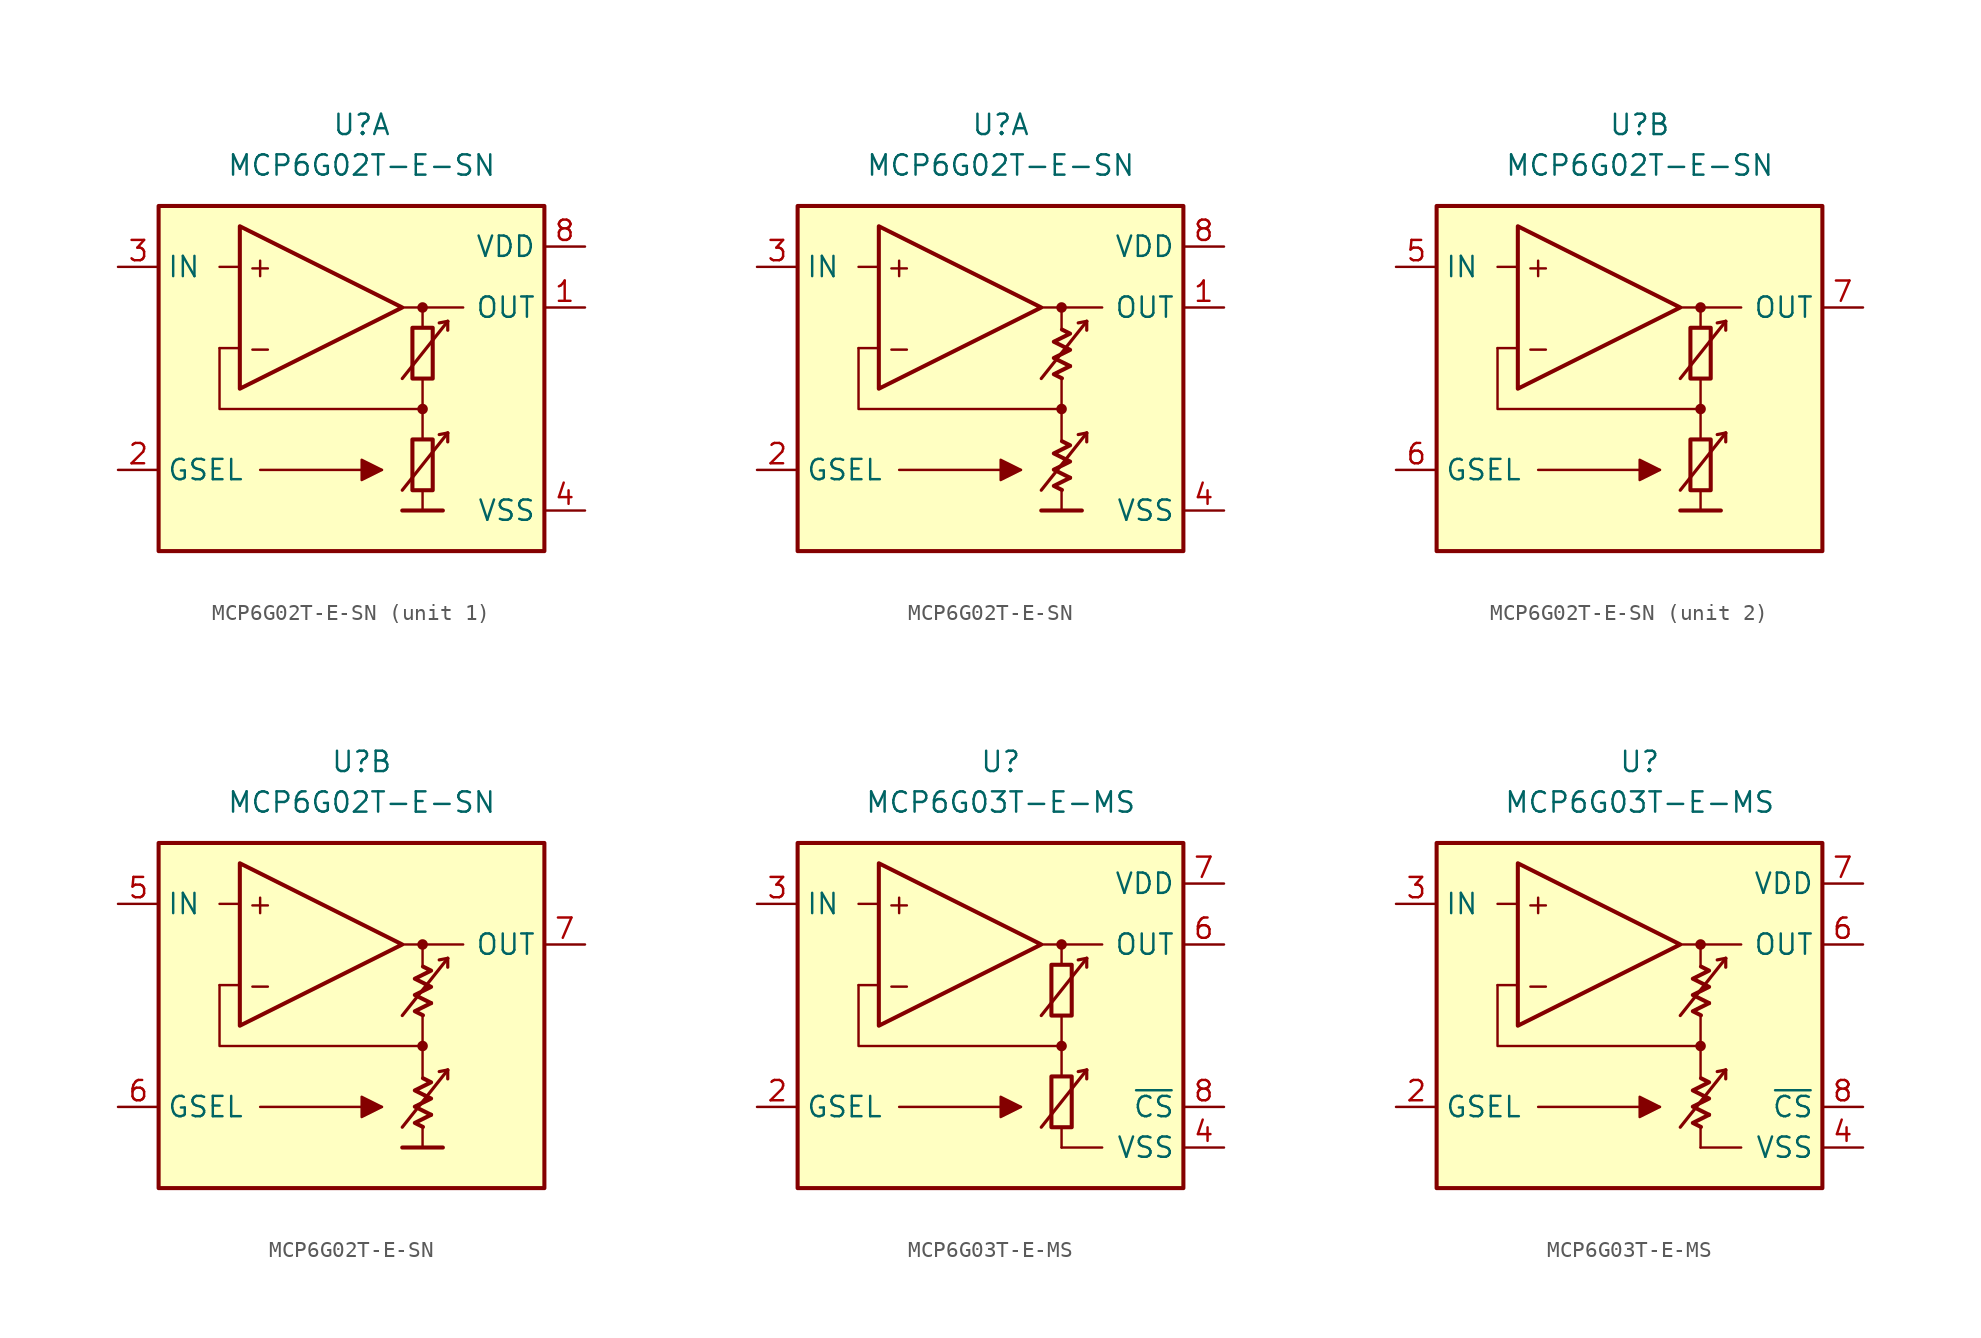
<source format=kicad_sym>
(kicad_symbol_lib
  (version 20231120)
  (generator "kicad_symbol_editor")
  (generator_version "8.0")
  (symbol "MCP6G02T-E-SN"
    (property "Reference" "U"
      (at 0 16.51 0)
      (effects (font (size 1.27 1.27))))
    (property "Value" "MCP6G02T-E-SN"
      (at 0 13.97 0)
      (effects (font (size 1.27 1.27))))
    (property "ki_locked" ""
      (at 0 0 0)
      (effects (font (size 1.27 1.27))))
    (symbol "MCP6G02T-E-SN_0_0"
      (rectangle (start -12.7 11.43) (end 11.43 -10.16) (stroke (width 0.254) (type default)) (fill (type background)))
      (polyline (pts (xy 3.81 -3.81)) (stroke (width 0.152) (type default)) (fill (type none)))
      (polyline (pts (xy 3.81 -3.175)) (stroke (width 0.152) (type default)) (fill (type none)))
      (polyline (pts (xy 3.81 3.81)) (stroke (width 0.152) (type default)) (fill (type none)))
      (polyline (pts (xy 3.81 3.81)) (stroke (width 0.152) (type default)) (fill (type none)))
      (polyline (pts (xy -7.62 2.54) (xy -8.89 2.54)) (stroke (width 0.152) (type default)) (fill (type none)))
      (polyline (pts (xy -7.62 7.62) (xy -8.89 7.62)) (stroke (width 0.152) (type default)) (fill (type none)))
      (polyline (pts (xy -6.35 -5.08) (xy 1.27 -5.08)) (stroke (width 0.152) (type default)) (fill (type none)))
      (polyline (pts (xy 2.54 -7.62) (xy 5.08 -7.62)) (stroke (width 0.254) (type default)) (fill (type none)))
      (polyline (pts (xy 2.54 5.08) (xy 6.35 5.08)) (stroke (width 0.152) (type default)) (fill (type none)))
      (polyline (pts (xy 3.81 -6.35) (xy 3.81 -7.62)) (stroke (width 0.152) (type default)) (fill (type none)))
      (polyline (pts (xy 3.81 -1.27) (xy 3.81 -3.175)) (stroke (width 0.152) (type default)) (fill (type none)))
      (polyline (pts (xy 3.81 0.635) (xy 3.81 -1.27)) (stroke (width 0.152) (type default)) (fill (type none)))
      (polyline (pts (xy 3.81 5.08) (xy 3.81 3.81)) (stroke (width 0.152) (type default)) (fill (type none)))
      (polyline (pts (xy 5.385 -2.769) (xy 4.851 -2.87)) (stroke (width 0.2) (type default)) (fill (type none)))
      (polyline (pts (xy 5.385 -2.769) (xy 5.385 -3.327)) (stroke (width 0.2) (type default)) (fill (type none)))
      (polyline (pts (xy 5.385 4.216) (xy 4.851 4.115)) (stroke (width 0.2) (type default)) (fill (type none)))
      (polyline (pts (xy 5.385 4.216) (xy 5.385 3.658)) (stroke (width 0.2) (type default)) (fill (type none)))
      (polyline (pts (xy 3.81 -1.27) (xy -8.89 -1.27) (xy -8.89 2.54)) (stroke (width 0.152) (type default)) (fill (type none)))
      (polyline (pts (xy -7.62 10.16) (xy -7.62 0) (xy 2.54 5.08) (xy -7.62 10.16)) (stroke (width 0.254) (type default)) (fill (type background)))
      (polyline (pts (xy 2.54 -6.35) (xy 5.385 -2.769) (xy 5.385 -2.769) (xy 5.385 -2.769)) (stroke (width 0.2) (type default)) (fill (type none)))
      (polyline (pts (xy 2.54 0.635) (xy 5.385 4.216) (xy 5.385 4.216) (xy 5.385 4.216)) (stroke (width 0.2) (type default)) (fill (type none)))
      (polyline (pts (xy 1.27 -5.08) (xy 0 -4.445) (xy 0 -5.715) (xy 1.27 -5.08) (xy 0 -4.445)) (stroke (width 0.152) (type default)) (fill (type outline)))
      (circle (center 3.81 -1.27) (radius 0.254) (stroke (width 0.152) (type default)) (fill (type outline)))
      (circle (center 3.81 5.08) (radius 0.254) (stroke (width 0.152) (type default)) (fill (type outline)))
      (text "+" (at -6.35 7.62 0) (effects (font (size 1.27 1.27))))
      (text "-" (at -6.35 2.54 0) (effects (font (size 1.27 1.27)))))
    (symbol "MCP6G02T-E-SN_0_1"
      (rectangle (start 3.175 -3.175) (end 4.445 -6.35) (stroke (width 0.254) (type default)) (fill (type none)))
      (rectangle (start 3.175 3.81) (end 4.445 0.635) (stroke (width 0.254) (type default)) (fill (type none))))
    (symbol "MCP6G02T-E-SN_0_2"
      (polyline (pts (xy 4.343 -5.572) (xy 3.326 -6.08) (xy 3.834 -6.333)) (stroke (width 0.254) (type default)) (fill (type none)))
      (polyline (pts (xy 4.343 1.413) (xy 3.326 0.905) (xy 3.834 0.651)) (stroke (width 0.254) (type default)) (fill (type none)))
      (polyline (pts (xy 3.834 -3.285) (xy 4.343 -3.539) (xy 3.326 -4.048) (xy 4.343 -4.556) (xy 3.326 -5.064) (xy 4.343 -5.572)) (stroke (width 0.254) (type default)) (fill (type none)))
      (polyline (pts (xy 3.834 3.7) (xy 4.343 3.446) (xy 3.326 2.938) (xy 4.343 2.429) (xy 3.326 1.921) (xy 4.343 1.413)) (stroke (width 0.254) (type default)) (fill (type none))))
    (symbol "MCP6G02T-E-SN_1_1"
      (pin output line (at 13.97 5.08 180) (length 2.54) (name "OUT" (effects (font (size 1.27 1.27)))) (number "1" (effects (font (size 1.27 1.27)))))
      (pin input line (at -15.24 -5.08 0) (length 2.54) (name "GSEL" (effects (font (size 1.27 1.27)))) (number "2" (effects (font (size 1.27 1.27)))))
      (pin input line (at -15.24 7.62 0) (length 2.54) (name "IN" (effects (font (size 1.27 1.27)))) (number "3" (effects (font (size 1.27 1.27)))))
      (pin power_in line (at 13.97 -7.62 180) (length 2.54) (name "VSS" (effects (font (size 1.27 1.27)))) (number "4" (effects (font (size 1.27 1.27)))))
      (pin power_in line (at 13.97 8.89 180) (length 2.54) (name "VDD" (effects (font (size 1.27 1.27)))) (number "8" (effects (font (size 1.27 1.27))))))
    (symbol "MCP6G02T-E-SN_1_2"
      (pin output line (at 13.97 5.08 180) (length 2.54) (name "OUT" (effects (font (size 1.27 1.27)))) (number "1" (effects (font (size 1.27 1.27)))))
      (pin input line (at -15.24 -5.08 0) (length 2.54) (name "GSEL" (effects (font (size 1.27 1.27)))) (number "2" (effects (font (size 1.27 1.27)))))
      (pin input line (at -15.24 7.62 0) (length 2.54) (name "IN" (effects (font (size 1.27 1.27)))) (number "3" (effects (font (size 1.27 1.27)))))
      (pin power_in line (at 13.97 -7.62 180) (length 2.54) (name "VSS" (effects (font (size 1.27 1.27)))) (number "4" (effects (font (size 1.27 1.27)))))
      (pin power_in line (at 13.97 8.89 180) (length 2.54) (name "VDD" (effects (font (size 1.27 1.27)))) (number "8" (effects (font (size 1.27 1.27))))))
    (symbol "MCP6G02T-E-SN_2_1"
      (pin input line (at -15.24 7.62 0) (length 2.54) (name "IN" (effects (font (size 1.27 1.27)))) (number "5" (effects (font (size 1.27 1.27)))))
      (pin input line (at -15.24 -5.08 0) (length 2.54) (name "GSEL" (effects (font (size 1.27 1.27)))) (number "6" (effects (font (size 1.27 1.27)))))
      (pin output line (at 13.97 5.08 180) (length 2.54) (name "OUT" (effects (font (size 1.27 1.27)))) (number "7" (effects (font (size 1.27 1.27))))))
    (symbol "MCP6G02T-E-SN_2_2"
      (pin input line (at -15.24 7.62 0) (length 2.54) (name "IN" (effects (font (size 1.27 1.27)))) (number "5" (effects (font (size 1.27 1.27)))))
      (pin input line (at -15.24 -5.08 0) (length 2.54) (name "GSEL" (effects (font (size 1.27 1.27)))) (number "6" (effects (font (size 1.27 1.27)))))
      (pin output line (at 13.97 5.08 180) (length 2.54) (name "OUT" (effects (font (size 1.27 1.27)))) (number "7" (effects (font (size 1.27 1.27)))))))
  (symbol "MCP6G03T-E-MS"
    (property "Reference" "U"
      (at 0 16.51 0)
      (effects (font (size 1.27 1.27))))
    (property "Value" "MCP6G03T-E-MS"
      (at 0 13.97 0)
      (effects (font (size 1.27 1.27))))
    (symbol "MCP6G03T-E-MS_0_0"
      (rectangle (start -12.7 11.43) (end 11.43 -10.16) (stroke (width 0.254) (type default)) (fill (type background)))
      (polyline (pts (xy 3.81 -3.81)) (stroke (width 0.152) (type default)) (fill (type none)))
      (polyline (pts (xy 3.81 -3.175)) (stroke (width 0.152) (type default)) (fill (type none)))
      (polyline (pts (xy 3.81 3.81)) (stroke (width 0.152) (type default)) (fill (type none)))
      (polyline (pts (xy 3.81 3.81)) (stroke (width 0.152) (type default)) (fill (type none)))
      (polyline (pts (xy -7.62 2.54) (xy -8.89 2.54)) (stroke (width 0.152) (type default)) (fill (type none)))
      (polyline (pts (xy -7.62 7.62) (xy -8.89 7.62)) (stroke (width 0.152) (type default)) (fill (type none)))
      (polyline (pts (xy 2.54 5.08) (xy 6.35 5.08)) (stroke (width 0.152) (type default)) (fill (type none)))
      (polyline (pts (xy 3.81 -7.62) (xy 6.35 -7.62)) (stroke (width 0) (type default)) (fill (type none)))
      (polyline (pts (xy 3.81 -6.35) (xy 3.81 -7.62)) (stroke (width 0.152) (type default)) (fill (type none)))
      (polyline (pts (xy 3.81 -1.27) (xy 3.81 -3.175)) (stroke (width 0.152) (type default)) (fill (type none)))
      (polyline (pts (xy 3.81 0.635) (xy 3.81 -1.27)) (stroke (width 0.152) (type default)) (fill (type none)))
      (polyline (pts (xy 3.81 5.08) (xy 3.81 3.81)) (stroke (width 0.152) (type default)) (fill (type none)))
      (polyline (pts (xy 3.81 -1.27) (xy -8.89 -1.27) (xy -8.89 2.54)) (stroke (width 0.152) (type default)) (fill (type none)))
      (circle (center 3.81 -1.27) (radius 0.254) (stroke (width 0.152) (type default)) (fill (type outline)))
      (circle (center 3.81 5.08) (radius 0.254) (stroke (width 0.152) (type default)) (fill (type outline)))
      (text "+" (at -6.35 7.62 0) (effects (font (size 1.27 1.27))))
      (text "-" (at -6.35 2.54 0) (effects (font (size 1.27 1.27)))))
    (symbol "MCP6G03T-E-MS_0_1"
      (rectangle (start 3.175 -3.175) (end 4.445 -6.35) (stroke (width 0.254) (type default)) (fill (type none)))
      (rectangle (start 3.175 3.81) (end 4.445 0.635) (stroke (width 0.254) (type default)) (fill (type none))))
    (symbol "MCP6G03T-E-MS_0_2"
      (polyline (pts (xy 4.343 -5.572) (xy 3.326 -6.08) (xy 3.834 -6.333)) (stroke (width 0.254) (type default)) (fill (type none)))
      (polyline (pts (xy 4.343 1.413) (xy 3.326 0.905) (xy 3.834 0.651)) (stroke (width 0.254) (type default)) (fill (type none)))
      (polyline (pts (xy 3.834 -3.285) (xy 4.343 -3.539) (xy 3.326 -4.048) (xy 4.343 -4.556) (xy 3.326 -5.064) (xy 4.343 -5.572)) (stroke (width 0.254) (type default)) (fill (type none)))
      (polyline (pts (xy 3.834 3.7) (xy 4.343 3.446) (xy 3.326 2.938) (xy 4.343 2.429) (xy 3.326 1.921) (xy 4.343 1.413)) (stroke (width 0.254) (type default)) (fill (type none))))
    (symbol "MCP6G03T-E-MS_1_0"
      (polyline (pts (xy -6.35 -5.08) (xy 1.27 -5.08)) (stroke (width 0.152) (type default)) (fill (type none)))
      (polyline (pts (xy 5.385 -2.769) (xy 4.851 -2.87)) (stroke (width 0.2) (type default)) (fill (type none)))
      (polyline (pts (xy 5.385 -2.769) (xy 5.385 -3.327)) (stroke (width 0.2) (type default)) (fill (type none)))
      (polyline (pts (xy 5.385 4.216) (xy 4.851 4.115)) (stroke (width 0.2) (type default)) (fill (type none)))
      (polyline (pts (xy 5.385 4.216) (xy 5.385 3.658)) (stroke (width 0.2) (type default)) (fill (type none)))
      (polyline (pts (xy -7.62 10.16) (xy -7.62 0) (xy 2.54 5.08) (xy -7.62 10.16)) (stroke (width 0.254) (type default)) (fill (type background)))
      (polyline (pts (xy 2.54 -6.35) (xy 5.385 -2.769) (xy 5.385 -2.769) (xy 5.385 -2.769)) (stroke (width 0.2) (type default)) (fill (type none)))
      (polyline (pts (xy 2.54 0.635) (xy 5.385 4.216) (xy 5.385 4.216) (xy 5.385 4.216)) (stroke (width 0.2) (type default)) (fill (type none)))
      (polyline (pts (xy 1.27 -5.08) (xy 0 -4.445) (xy 0 -5.715) (xy 1.27 -5.08) (xy 0 -4.445)) (stroke (width 0.152) (type default)) (fill (type outline))))
    (symbol "MCP6G03T-E-MS_1_1"
      (pin free line (at -2.54 -3.81 0) (length 2.54) hide (name "NC" (effects (font (size 1.27 1.27)))) (number "1" (effects (font (size 1.27 1.27)))))
      (pin input line (at -15.24 -5.08 0) (length 2.54) (name "GSEL" (effects (font (size 1.27 1.27)))) (number "2" (effects (font (size 1.27 1.27)))))
      (pin input line (at -15.24 7.62 0) (length 2.54) (name "IN" (effects (font (size 1.27 1.27)))) (number "3" (effects (font (size 1.27 1.27)))))
      (pin power_in line (at 13.97 -7.62 180) (length 2.54) (name "VSS" (effects (font (size 1.27 1.27)))) (number "4" (effects (font (size 1.27 1.27)))))
      (pin free line (at -2.54 -6.35 0) (length 2.54) hide (name "NC" (effects (font (size 1.27 1.27)))) (number "5" (effects (font (size 1.27 1.27)))))
      (pin output line (at 13.97 5.08 180) (length 2.54) (name "OUT" (effects (font (size 1.27 1.27)))) (number "6" (effects (font (size 1.27 1.27)))))
      (pin power_in line (at 13.97 8.89 180) (length 2.54) (name "VDD" (effects (font (size 1.27 1.27)))) (number "7" (effects (font (size 1.27 1.27)))))
      (pin input line (at 13.97 -5.08 180) (length 2.54) (name "~{CS}" (effects (font (size 1.27 1.27)))) (number "8" (effects (font (size 1.27 1.27))))))
    (symbol "MCP6G03T-E-MS_1_2"
      (pin free line (at -2.54 -3.81 0) (length 2.54) hide (name "NC" (effects (font (size 1.27 1.27)))) (number "1" (effects (font (size 1.27 1.27)))))
      (pin input line (at -15.24 -5.08 0) (length 2.54) (name "GSEL" (effects (font (size 1.27 1.27)))) (number "2" (effects (font (size 1.27 1.27)))))
      (pin input line (at -15.24 7.62 0) (length 2.54) (name "IN" (effects (font (size 1.27 1.27)))) (number "3" (effects (font (size 1.27 1.27)))))
      (pin power_in line (at 13.97 -7.62 180) (length 2.54) (name "VSS" (effects (font (size 1.27 1.27)))) (number "4" (effects (font (size 1.27 1.27)))))
      (pin free line (at -2.54 -6.35 0) (length 2.54) hide (name "NC" (effects (font (size 1.27 1.27)))) (number "5" (effects (font (size 1.27 1.27)))))
      (pin output line (at 13.97 5.08 180) (length 2.54) (name "OUT" (effects (font (size 1.27 1.27)))) (number "6" (effects (font (size 1.27 1.27)))))
      (pin power_in line (at 13.97 8.89 180) (length 2.54) (name "VDD" (effects (font (size 1.27 1.27)))) (number "7" (effects (font (size 1.27 1.27)))))
      (pin input line (at 13.97 -5.08 180) (length 2.54) (name "~{CS}" (effects (font (size 1.27 1.27)))) (number "8" (effects (font (size 1.27 1.27))))))))
</source>
